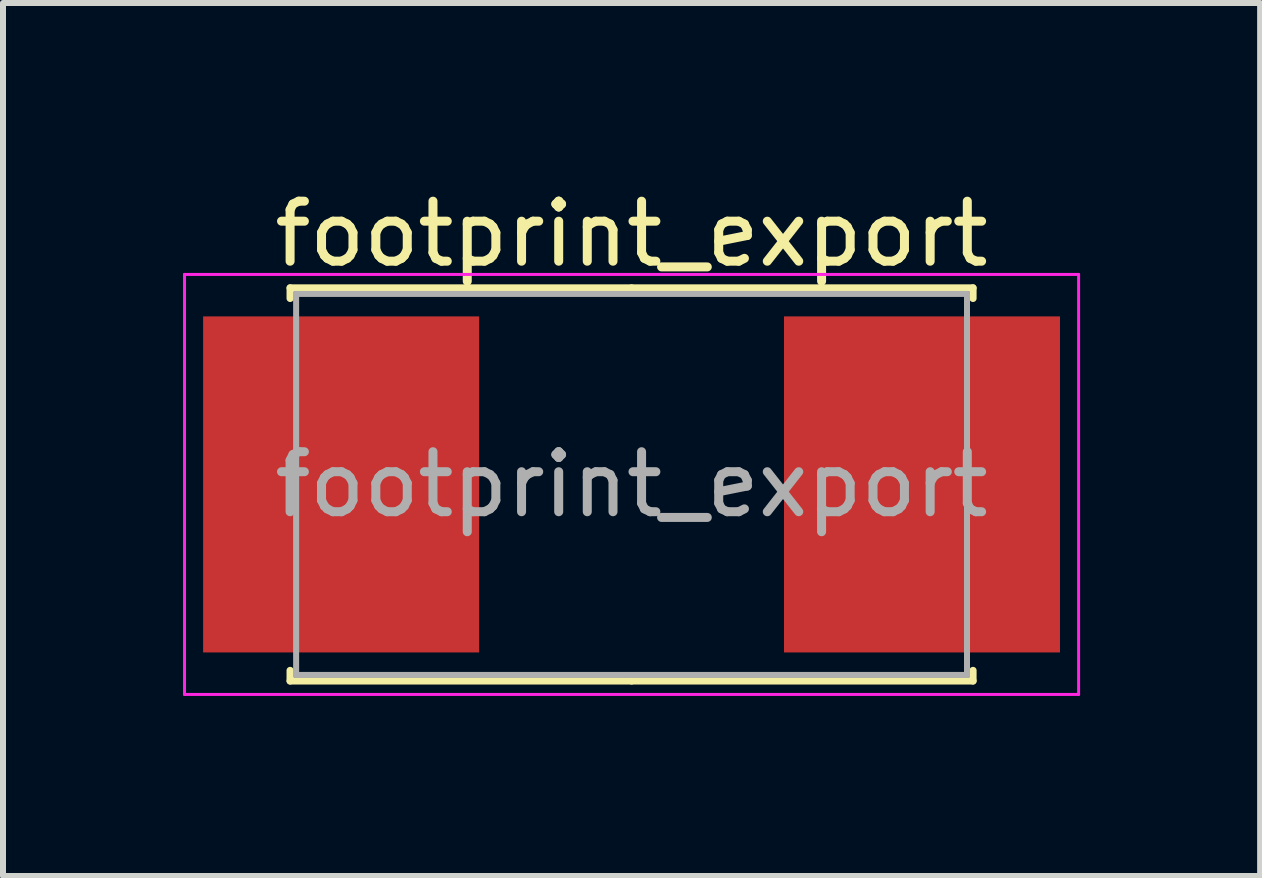
<source format=kicad_pcb>
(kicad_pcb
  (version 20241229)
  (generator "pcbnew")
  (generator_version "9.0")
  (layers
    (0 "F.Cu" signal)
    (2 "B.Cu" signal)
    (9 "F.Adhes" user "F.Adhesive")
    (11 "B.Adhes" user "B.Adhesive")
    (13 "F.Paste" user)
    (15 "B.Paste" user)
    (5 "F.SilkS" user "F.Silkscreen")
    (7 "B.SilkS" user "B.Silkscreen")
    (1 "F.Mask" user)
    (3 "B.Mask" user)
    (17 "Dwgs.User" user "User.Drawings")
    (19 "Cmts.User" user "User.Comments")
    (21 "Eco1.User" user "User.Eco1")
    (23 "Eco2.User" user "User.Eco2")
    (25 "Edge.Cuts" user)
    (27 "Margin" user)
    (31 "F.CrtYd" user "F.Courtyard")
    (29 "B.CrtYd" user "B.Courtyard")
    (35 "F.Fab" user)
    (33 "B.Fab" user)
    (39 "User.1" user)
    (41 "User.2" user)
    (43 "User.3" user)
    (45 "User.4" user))
  (footprint "footprint_export"
    (layer "F.Cu")
    (at 7.475 5.023)
    (property "Reference" "footprint_export" (at 0 -4.175 0) (layer "F.SilkS") (effects (font (size 1 1) (thickness 0.15))))
    (attr smd)
    (fp_line (start -5.69 -3.275) (end 0 -3.275) (stroke (width 0.12) (type solid)) (layer "F.SilkS"))
    (fp_line (start -5.69 -3.1) (end -5.69 -3.275) (stroke (width 0.12) (type solid)) (layer "F.SilkS"))
    (fp_line (start -5.69 3.1) (end -5.69 3.275) (stroke (width 0.12) (type solid)) (layer "F.SilkS"))
    (fp_line (start -5.69 3.275) (end 0 3.275) (stroke (width 0.12) (type solid)) (layer "F.SilkS"))
    (fp_line (start 5.69 -3.275) (end 0 -3.275) (stroke (width 0.12) (type solid)) (layer "F.SilkS"))
    (fp_line (start 5.69 -3.1) (end 5.69 -3.275) (stroke (width 0.12) (type solid)) (layer "F.SilkS"))
    (fp_line (start 5.69 3.1) (end 5.69 3.275) (stroke (width 0.12) (type solid)) (layer "F.SilkS"))
    (fp_line (start 5.69 3.275) (end 0 3.275) (stroke (width 0.12) (type solid)) (layer "F.SilkS"))
    (fp_line (start -7.45 -3.5) (end -7.45 3.5) (stroke (width 0.05) (type solid)) (layer "F.CrtYd"))
    (fp_line (start -7.45 3.5) (end 7.45 3.5) (stroke (width 0.05) (type solid)) (layer "F.CrtYd"))
    (fp_line (start 7.45 -3.5) (end -7.45 -3.5) (stroke (width 0.05) (type solid)) (layer "F.CrtYd"))
    (fp_line (start 7.45 3.5) (end 7.45 -3.5) (stroke (width 0.05) (type solid)) (layer "F.CrtYd"))
    (fp_line (start -5.59 -3.175) (end -5.59 3.175) (stroke (width 0.1) (type solid)) (layer "F.Fab"))
    (fp_line (start -5.59 3.175) (end 5.59 3.175) (stroke (width 0.1) (type solid)) (layer "F.Fab"))
    (fp_line (start 5.59 -3.175) (end -5.59 -3.175) (stroke (width 0.1) (type solid)) (layer "F.Fab"))
    (fp_line (start 5.59 3.175) (end 5.59 -3.175) (stroke (width 0.1) (type solid)) (layer "F.Fab"))
    (fp_text user "${REFERENCE}" (at 0 0 0) (layer "F.Fab") (effects (font (size 1 1) (thickness 0.15))))
    (pad "1" smd rect (at -4.84 0) (size 4.6 5.6) (layers "F.Cu" "F.Mask" "F.Paste"))
    (pad "2" smd rect (at 4.84 0) (size 4.6 5.6) (layers "F.Cu" "F.Mask" "F.Paste")))
  (gr_rect
    (start -3 -3)
    (end 17.95 11.548)
    (stroke (width 0.1) (type default))
    (fill no)
    (layer "Edge.Cuts")))
</source>
